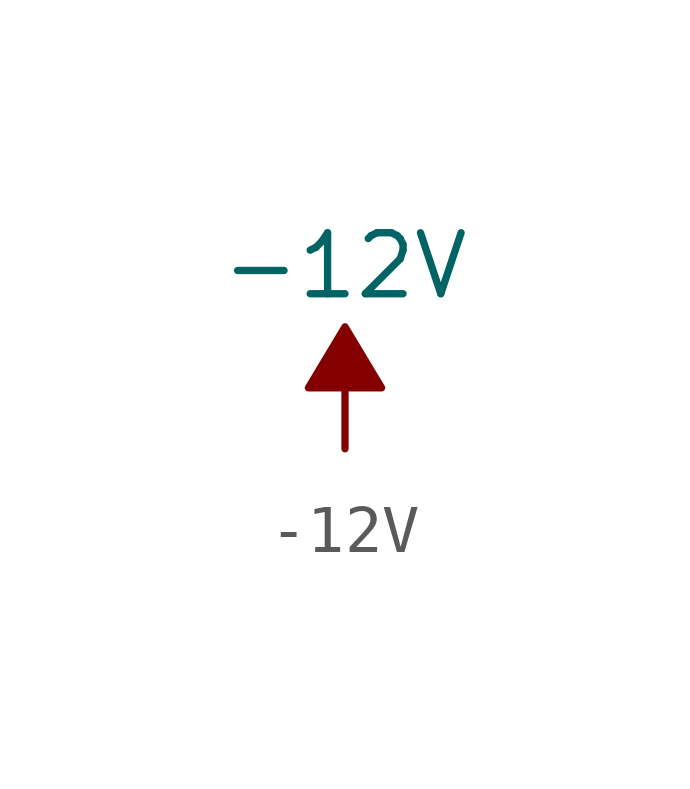
<source format=kicad_sym>
(kicad_symbol_lib
  (version 20220914)
  (generator kicad_symbol_editor)
  (symbol "-12V"
    (pin_names
      (offset 0))
    (property "Reference" "#PWR"
      (at 0 2.54 0)
      (effects (font (size 1.27 1.27)) hide))
    (property "Value" "-12V"
      (at 0 3.81 0)
      (effects (font (size 1.27 1.27))))
    (symbol "-12V_0_0"
      (pin power_in line (at 0 0 90) (length 0) hide (name "-12V" (effects (font (size 1.27 1.27)))) (number "1" (effects (font (size 1.27 1.27))))))
    (symbol "-12V_0_1"
      (polyline (pts (xy 0 0) (xy 0 1.27) (xy 0.762 1.27) (xy 0 2.54) (xy -0.762 1.27) (xy 0 1.27)) (stroke (width 0) (type solid)) (fill (type outline))))))
</source>
